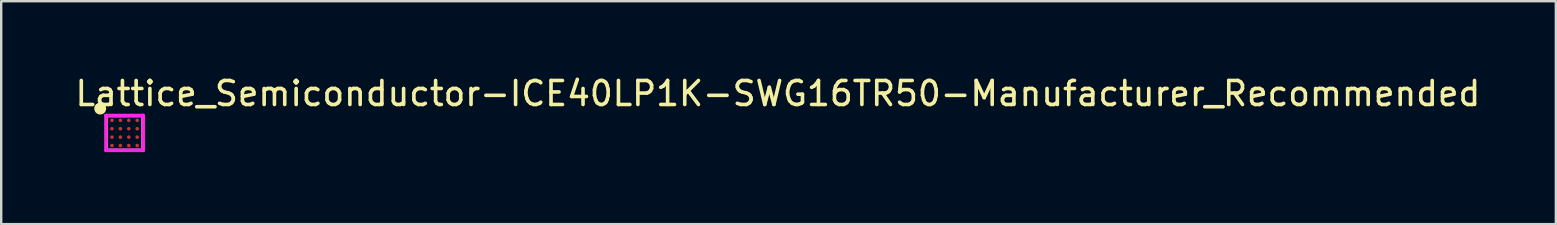
<source format=kicad_pcb>
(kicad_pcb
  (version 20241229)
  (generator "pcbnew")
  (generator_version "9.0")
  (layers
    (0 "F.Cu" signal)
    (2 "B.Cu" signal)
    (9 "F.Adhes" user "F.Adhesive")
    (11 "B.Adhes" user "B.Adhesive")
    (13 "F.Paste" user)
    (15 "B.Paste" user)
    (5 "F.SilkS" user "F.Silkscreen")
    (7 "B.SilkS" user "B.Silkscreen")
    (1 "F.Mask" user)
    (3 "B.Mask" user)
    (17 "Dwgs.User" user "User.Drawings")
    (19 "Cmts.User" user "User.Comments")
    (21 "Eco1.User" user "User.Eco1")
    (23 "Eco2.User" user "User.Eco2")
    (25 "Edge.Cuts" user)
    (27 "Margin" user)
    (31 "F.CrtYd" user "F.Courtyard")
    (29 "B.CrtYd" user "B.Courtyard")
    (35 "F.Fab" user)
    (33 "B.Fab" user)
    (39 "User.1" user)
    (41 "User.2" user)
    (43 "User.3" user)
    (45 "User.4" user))
  (footprint "Lattice_Semiconductor-ICE40LP1K-SWG16TR50-Manufacturer_Recommended"
    (layer "F.Cu")
    (at 2.141 2.489)
    (property "Reference" "Lattice_Semiconductor-ICE40LP1K-SWG16TR50-Manufacturer_Recommended" (at -2.141 -1.641 0) (layer "F.SilkS") (effects (font (size 1 1) (thickness 0.15)) (justify left)))
    (attr through_hole)
    (fp_circle (center -1.016 -1.016) (end -0.891 -1.016) (stroke (width 0.25) (type solid)) (fill no) (layer "F.SilkS"))
    (fp_line (start -0.775 -0.725) (end -0.775 0.725) (stroke (width 0.15) (type solid)) (layer "F.CrtYd"))
    (fp_line (start -0.775 0.725) (end 0.775 0.725) (stroke (width 0.15) (type solid)) (layer "F.CrtYd"))
    (fp_line (start 0.775 -0.725) (end -0.775 -0.725) (stroke (width 0.15) (type solid)) (layer "F.CrtYd"))
    (fp_line (start 0.775 -0.725) (end 0.775 -0.725) (stroke (width 0.15) (type solid)) (layer "F.CrtYd"))
    (fp_line (start 0.775 0.725) (end 0.775 -0.725) (stroke (width 0.15) (type solid)) (layer "F.CrtYd"))
    (fp_line (start -0.74 -0.7) (end 0.74 -0.7) (stroke (width 0.1) (type solid)) (layer "F.Fab"))
    (fp_line (start -0.74 0.7) (end -0.74 -0.7) (stroke (width 0.1) (type solid)) (layer "F.Fab"))
    (fp_line (start -0.74 0.7) (end 0.74 0.7) (stroke (width 0.1) (type solid)) (layer "F.Fab"))
    (fp_line (start 0.74 0.7) (end 0.74 -0.7) (stroke (width 0.1) (type solid)) (layer "F.Fab"))
    (pad "A1" smd circle (at -0.525 -0.525) (size 0.15 0.15) (layers "F.Cu" "F.Mask" "F.Paste"))
    (pad "A2" smd circle (at -0.175 -0.525) (size 0.15 0.15) (layers "F.Cu" "F.Mask" "F.Paste"))
    (pad "A3" smd circle (at 0.175 -0.525) (size 0.15 0.15) (layers "F.Cu" "F.Mask" "F.Paste"))
    (pad "A4" smd circle (at 0.525 -0.525) (size 0.15 0.15) (layers "F.Cu" "F.Mask" "F.Paste"))
    (pad "B1" smd circle (at -0.525 -0.175) (size 0.15 0.15) (layers "F.Cu" "F.Mask" "F.Paste"))
    (pad "B2" smd circle (at -0.175 -0.175) (size 0.15 0.15) (layers "F.Cu" "F.Mask" "F.Paste"))
    (pad "B3" smd circle (at 0.175 -0.175) (size 0.15 0.15) (layers "F.Cu" "F.Mask" "F.Paste"))
    (pad "B4" smd circle (at 0.525 -0.175) (size 0.15 0.15) (layers "F.Cu" "F.Mask" "F.Paste"))
    (pad "C1" smd circle (at -0.525 0.175) (size 0.15 0.15) (layers "F.Cu" "F.Mask" "F.Paste"))
    (pad "C2" smd circle (at -0.175 0.175) (size 0.15 0.15) (layers "F.Cu" "F.Mask" "F.Paste"))
    (pad "C3" smd circle (at 0.175 0.175) (size 0.15 0.15) (layers "F.Cu" "F.Mask" "F.Paste"))
    (pad "C4" smd circle (at 0.525 0.175) (size 0.15 0.15) (layers "F.Cu" "F.Mask" "F.Paste"))
    (pad "D1" smd circle (at -0.525 0.525) (size 0.15 0.15) (layers "F.Cu" "F.Mask" "F.Paste"))
    (pad "D2" smd circle (at -0.175 0.525) (size 0.15 0.15) (layers "F.Cu" "F.Mask" "F.Paste"))
    (pad "D3" smd circle (at 0.175 0.525) (size 0.15 0.15) (layers "F.Cu" "F.Mask" "F.Paste"))
    (pad "D4" smd circle (at 0.525 0.525) (size 0.15 0.15) (layers "F.Cu" "F.Mask" "F.Paste")))
  (gr_rect
    (start -3 -3)
    (end 61.774 6.289)
    (stroke (width 0.1) (type default))
    (fill no)
    (layer "Edge.Cuts")))
</source>
